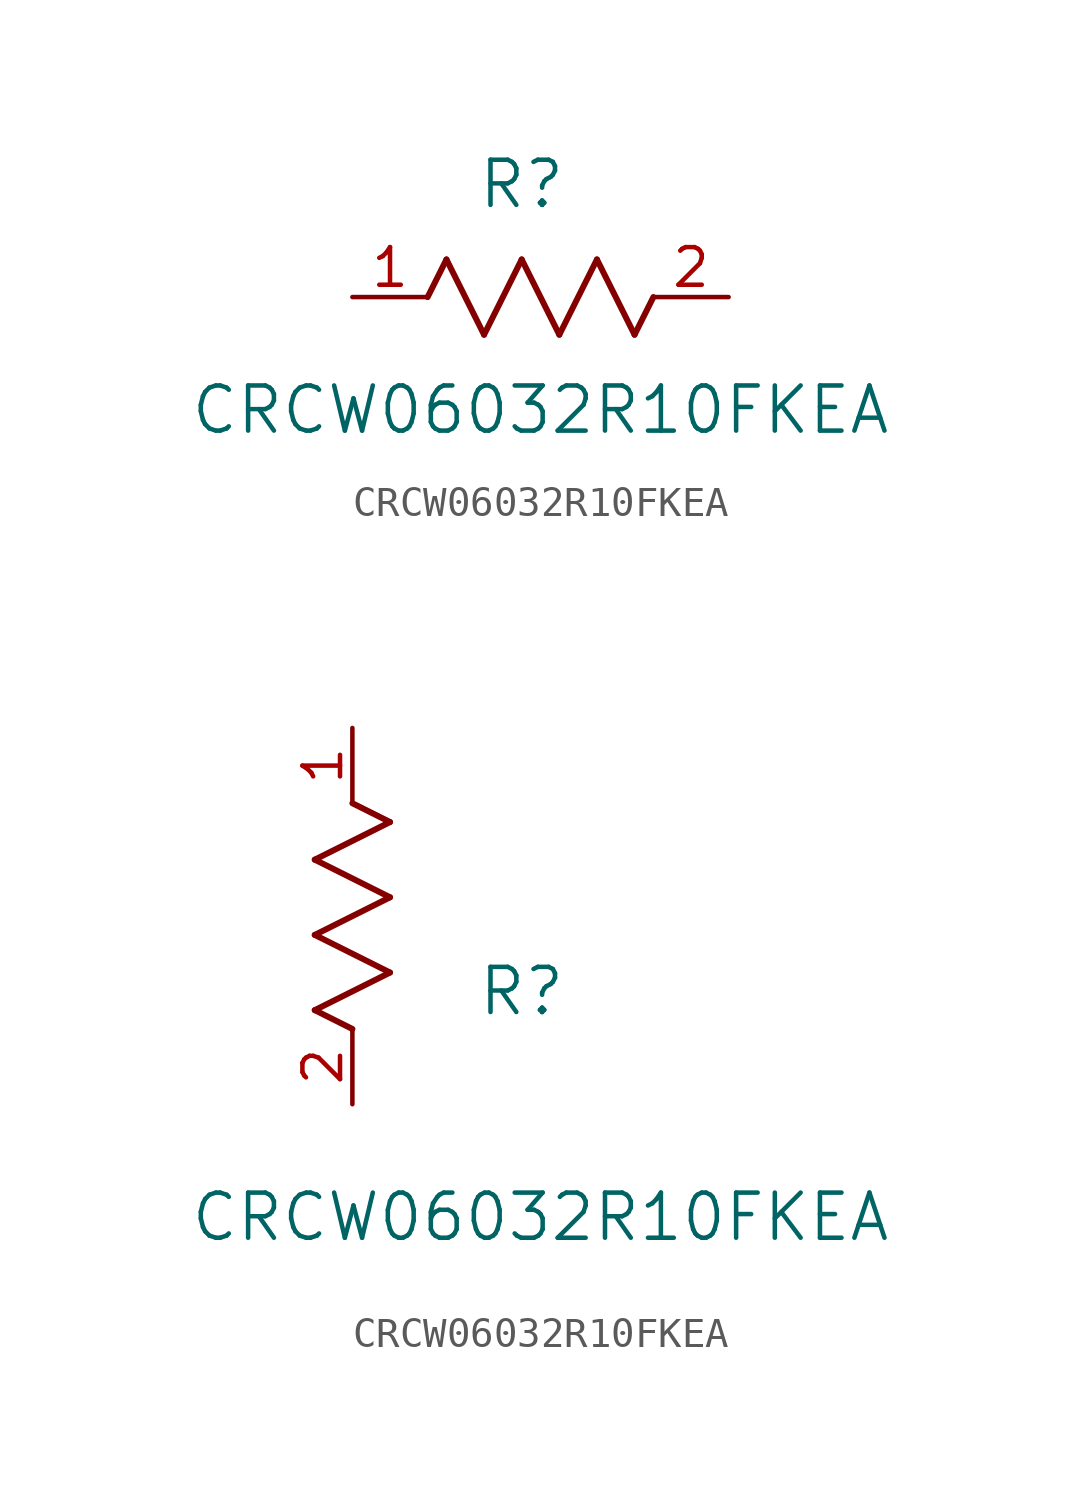
<source format=kicad_sym>
(kicad_symbol_lib
  (version 20211014)
  (generator kicad_symbol_editor)
  (symbol "CRCW06032R10FKEA"
    (pin_names
      (offset 0.254))
    (property "Reference" "R"
      (at 5.715 3.81 0)
      (effects (font (size 1.524 1.524))))
    (property "Value" "CRCW06032R10FKEA"
      (at 6.35 -3.81 0)
      (effects (font (size 1.524 1.524))))
    (symbol "CRCW06032R10FKEA_1_1"
      (polyline (pts (xy 3.175 1.27) (xy 4.445 -1.27)) (stroke (width 0.203) (type default) (color 0 0 0 0)) (fill (type none)))
      (polyline (pts (xy 4.445 -1.27) (xy 5.715 1.27)) (stroke (width 0.203) (type default) (color 0 0 0 0)) (fill (type none)))
      (polyline (pts (xy 5.715 1.27) (xy 6.985 -1.27)) (stroke (width 0.203) (type default) (color 0 0 0 0)) (fill (type none)))
      (polyline (pts (xy 6.985 -1.27) (xy 8.255 1.27)) (stroke (width 0.203) (type default) (color 0 0 0 0)) (fill (type none)))
      (polyline (pts (xy 8.255 1.27) (xy 9.525 -1.27)) (stroke (width 0.203) (type default) (color 0 0 0 0)) (fill (type none)))
      (polyline (pts (xy 2.54 0) (xy 3.175 1.27)) (stroke (width 0.203) (type default) (color 0 0 0 0)) (fill (type none)))
      (polyline (pts (xy 9.525 -1.27) (xy 10.16 0)) (stroke (width 0.203) (type default) (color 0 0 0 0)) (fill (type none)))
      (pin unspecified line (at 0 0 0) (length 2.54) (name "" (effects (font (size 1.27 1.27)))) (number "1" (effects (font (size 1.27 1.27)))))
      (pin unspecified line (at 12.7 0 180) (length 2.54) (name "" (effects (font (size 1.27 1.27)))) (number "2" (effects (font (size 1.27 1.27))))))
    (symbol "CRCW06032R10FKEA_1_2"
      (polyline (pts (xy 0 2.54) (xy -1.27 3.175)) (stroke (width 0.203) (type default) (color 0 0 0 0)) (fill (type none)))
      (polyline (pts (xy -1.27 3.175) (xy 1.27 4.445)) (stroke (width 0.203) (type default) (color 0 0 0 0)) (fill (type none)))
      (polyline (pts (xy 1.27 4.445) (xy -1.27 5.715)) (stroke (width 0.203) (type default) (color 0 0 0 0)) (fill (type none)))
      (polyline (pts (xy -1.27 5.715) (xy 1.27 6.985)) (stroke (width 0.203) (type default) (color 0 0 0 0)) (fill (type none)))
      (polyline (pts (xy -1.27 8.255) (xy 1.27 9.525)) (stroke (width 0.203) (type default) (color 0 0 0 0)) (fill (type none)))
      (polyline (pts (xy 1.27 9.525) (xy 0 10.16)) (stroke (width 0.203) (type default) (color 0 0 0 0)) (fill (type none)))
      (polyline (pts (xy 1.27 6.985) (xy -1.27 8.255)) (stroke (width 0.203) (type default) (color 0 0 0 0)) (fill (type none)))
      (pin unspecified line (at 0 12.7 270) (length 2.54) (name "" (effects (font (size 1.27 1.27)))) (number "1" (effects (font (size 1.27 1.27)))))
      (pin unspecified line (at 0 0 90) (length 2.54) (name "" (effects (font (size 1.27 1.27)))) (number "2" (effects (font (size 1.27 1.27))))))))
</source>
